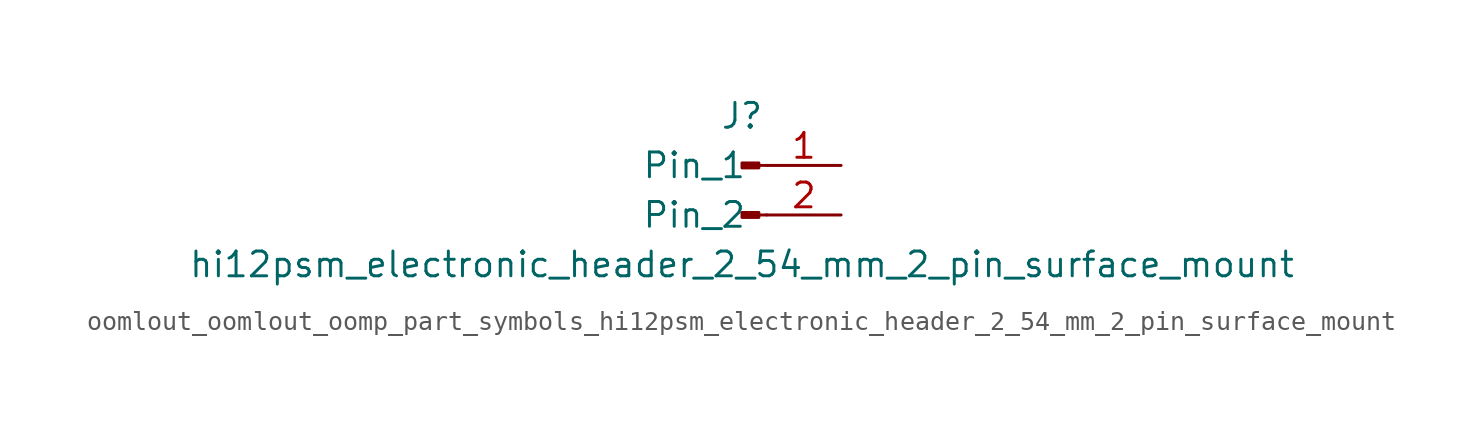
<source format=kicad_sym>
(kicad_symbol_lib
  (version 20220914)
  (generator kicad_symbol_editor)
  (symbol "oomlout_oomlout_oomp_part_symbols_hi12psm_electronic_header_2_54_mm_2_pin_surface_mount"
    (pin_names
      (offset 1.016))
    (property "Reference" "J"
      (at 0 2.54 0)
      (effects (font (size 1.27 1.27))))
    (property "Value" "hi12psm_electronic_header_2_54_mm_2_pin_surface_mount"
      (at 0 -5.08 0)
      (effects (font (size 1.27 1.27))))
    (property "ki_locked" ""
      (at 0 0 0)
      (effects (font (size 1.27 1.27))))
    (symbol "oomlout_oomlout_oomp_part_symbols_hi12psm_electronic_header_2_54_mm_2_pin_surface_mount_1_1"
      (polyline (pts (xy 1.27 -2.54) (xy 0.864 -2.54)) (stroke (width 0.152) (type default)) (fill (type none)))
      (polyline (pts (xy 1.27 0) (xy 0.864 0)) (stroke (width 0.152) (type default)) (fill (type none)))
      (rectangle (start 0.864 -2.413) (end 0 -2.667) (stroke (width 0.152) (type default)) (fill (type outline)))
      (rectangle (start 0.864 0.127) (end 0 -0.127) (stroke (width 0.152) (type default)) (fill (type outline)))
      (pin passive line (at 5.08 0 180) (length 3.81) (name "Pin_1" (effects (font (size 1.27 1.27)))) (number "1" (effects (font (size 1.27 1.27)))))
      (pin passive line (at 5.08 -2.54 180) (length 3.81) (name "Pin_2" (effects (font (size 1.27 1.27)))) (number "2" (effects (font (size 1.27 1.27))))))))
</source>
